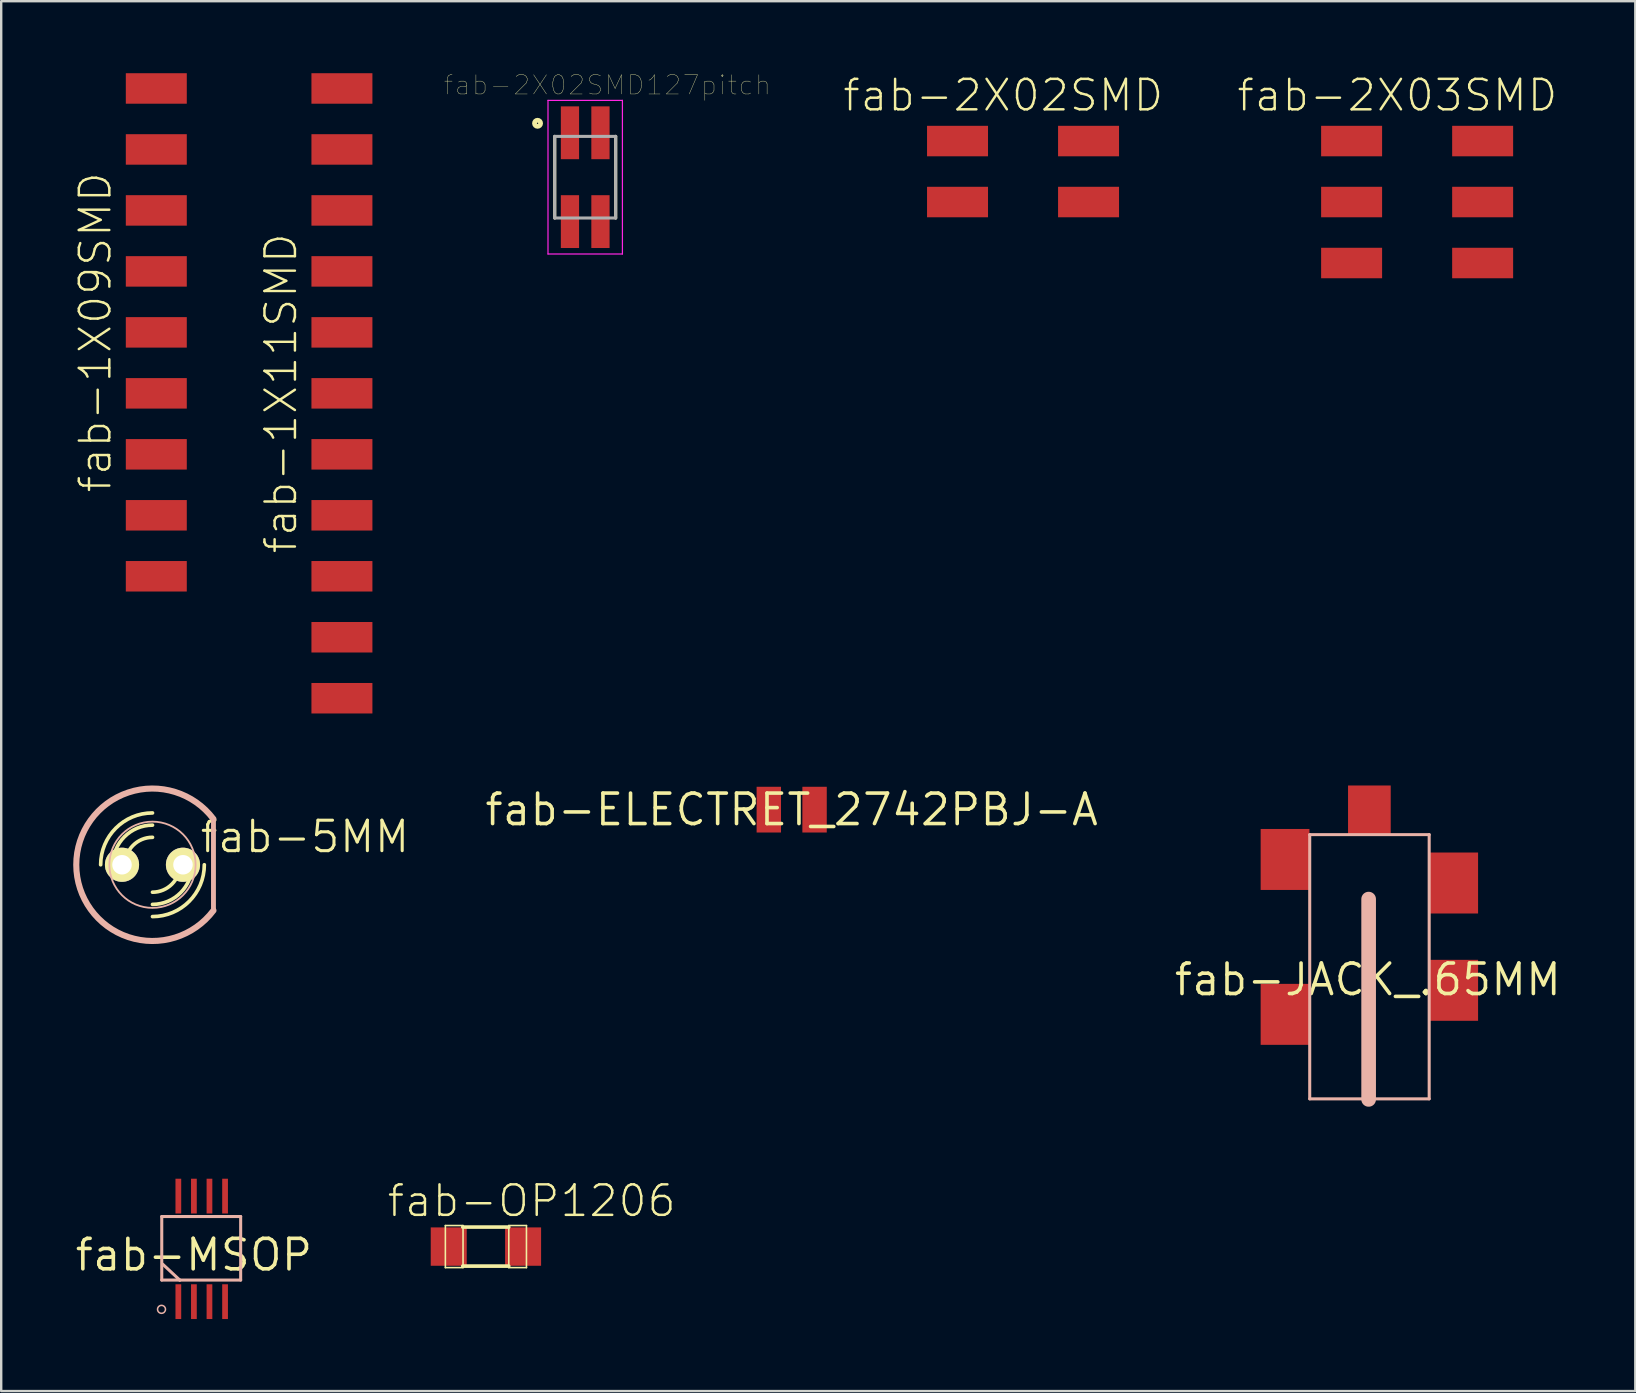
<source format=kicad_pcb>
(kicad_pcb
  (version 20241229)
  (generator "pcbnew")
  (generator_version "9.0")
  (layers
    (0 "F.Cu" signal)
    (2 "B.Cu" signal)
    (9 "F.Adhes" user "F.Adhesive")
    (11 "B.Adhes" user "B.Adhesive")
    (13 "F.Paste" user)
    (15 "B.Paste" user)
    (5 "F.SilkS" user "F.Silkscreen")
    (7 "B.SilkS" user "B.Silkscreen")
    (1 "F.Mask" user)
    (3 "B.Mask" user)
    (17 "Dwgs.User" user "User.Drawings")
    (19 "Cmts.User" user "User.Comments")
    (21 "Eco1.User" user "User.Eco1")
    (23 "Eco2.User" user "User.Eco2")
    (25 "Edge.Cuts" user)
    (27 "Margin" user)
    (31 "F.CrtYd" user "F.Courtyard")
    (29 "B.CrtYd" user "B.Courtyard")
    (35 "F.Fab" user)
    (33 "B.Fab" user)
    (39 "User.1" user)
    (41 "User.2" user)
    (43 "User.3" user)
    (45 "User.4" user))
  (footprint "fab-ELECTRET_2742PBJ-A"
    (layer "F.Cu")
    (at 29.928 30.676)
    (property "Reference" "fab-ELECTRET_2742PBJ-A" (at 0 0 0) (layer "F.SilkS") (effects (font (size 1.27 1.27) (thickness 0.15))))
    (attr smd)
    (pad "P$1" smd rect (at -0.953 0) (size 1.016 1.905) (layers "F.Cu" "F.Mask" "F.Paste"))
    (pad "P$2" smd rect (at 0.953 0) (size 1.016 1.905) (layers "F.Cu" "F.Mask" "F.Paste")))
  (footprint "fab-2X03SMD"
    (layer "F.Cu")
    (at 55.792 5.366)
    (property "Reference" "fab-2X03SMD" (at -0.635 -4.445 0) (layer "F.SilkS") (effects (font (size 1.27 1.27) (thickness 0.102))))
    (attr smd)
    (pad "1" smd rect (at -2.54 -2.54) (size 2.54 1.27) (layers "F.Cu" "F.Mask" "F.Paste"))
    (pad "2" smd rect (at 2.918 -2.54) (size 2.54 1.27) (layers "F.Cu" "F.Mask" "F.Paste"))
    (pad "3" smd rect (at -2.54 0) (size 2.54 1.27) (layers "F.Cu" "F.Mask" "F.Paste"))
    (pad "4" smd rect (at 2.918 0) (size 2.54 1.27) (layers "F.Cu" "F.Mask" "F.Paste"))
    (pad "5" smd rect (at -2.54 2.54) (size 2.54 1.27) (layers "F.Cu" "F.Mask" "F.Paste"))
    (pad "6" smd rect (at 2.918 2.54) (size 2.54 1.27) (layers "F.Cu" "F.Mask" "F.Paste")))
  (footprint "fab-5MM"
    (layer "F.Cu")
    (at 3.302 32.972)
    (property "Reference" "fab-5MM" (at 6.35 -1.168 0) (layer "F.SilkS") (effects (font (size 1.27 1.27) (thickness 0.127))))
    (attr exclude_from_pos_files exclude_from_bom)
    (fp_arc (start -2.159 0) (mid -1.526644 -1.526644) (end 0 -2.159) (stroke (width 0.1524) (type solid)) (layer "F.SilkS"))
    (fp_arc (start -1.651 0) (mid -1.167433 -1.167433) (end 0 -1.651) (stroke (width 0.1524) (type solid)) (layer "F.SilkS"))
    (fp_arc (start -1.143 0) (mid -0.808223 -0.808223) (end 0 -1.143) (stroke (width 0.1524) (type solid)) (layer "F.SilkS"))
    (fp_arc (start 1.143 0) (mid 0.808223 0.808223) (end 0 1.143) (stroke (width 0.1524) (type solid)) (layer "F.SilkS"))
    (fp_arc (start 1.651 0) (mid 1.167433 1.167433) (end 0 1.651) (stroke (width 0.1524) (type solid)) (layer "F.SilkS"))
    (fp_arc (start 2.159 0) (mid 1.526644 1.526644) (end 0 2.159) (stroke (width 0.1524) (type solid)) (layer "F.SilkS"))
    (fp_line (start 2.54 1.905) (end 2.54 -1.905) (stroke (width 0.203) (type solid)) (layer "B.SilkS"))
    (fp_arc (start 2.54 1.905) (mid -3.175 0.001668) (end 2.537997 -1.907668) (stroke (width 0.254) (type solid)) (layer "B.SilkS"))
    (fp_circle (center 0 0) (end -1.27 1.27) (stroke (width 0.076) (type solid)) (fill no) (layer "B.SilkS"))
    (pad "IN" thru_hole circle (at -1.27 0) (size 1.422 1.422) (drill 0.813) (layers "*.Cu" "F.Mask" "F.SilkS" "F.Paste"))
    (pad "OUT" thru_hole circle (at 1.27 0) (size 1.422 1.422) (drill 0.813) (layers "*.Cu" "F.Mask" "F.SilkS" "F.Paste")))
  (footprint "fab-2X02SMD"
    (layer "F.Cu")
    (at 39.376 4.096)
    (property "Reference" "fab-2X02SMD" (at -0.635 -3.175 0) (layer "F.SilkS") (effects (font (size 1.27 1.27) (thickness 0.102))))
    (attr smd)
    (pad "1" smd rect (at -2.54 -1.27) (size 2.54 1.27) (layers "F.Cu" "F.Mask" "F.Paste"))
    (pad "2" smd rect (at 2.918 -1.27) (size 2.54 1.27) (layers "F.Cu" "F.Mask" "F.Paste"))
    (pad "3" smd rect (at -2.54 1.27) (size 2.54 1.27) (layers "F.Cu" "F.Mask" "F.Paste"))
    (pad "4" smd rect (at 2.918 1.27) (size 2.54 1.27) (layers "F.Cu" "F.Mask" "F.Paste")))
  (footprint "fab-JACK_.65MM"
    (layer "F.Cu")
    (at 53.928 37.755)
    (property "Reference" "fab-JACK_.65MM" (at 0 0 0) (layer "F.SilkS") (effects (font (size 1.27 1.27) (thickness 0.15))))
    (attr smd)
    (fp_line (start -2.421 -6.038) (end 2.555 -6.038) (stroke (width 0.127) (type solid)) (layer "B.SilkS"))
    (fp_line (start -2.421 4.968) (end -2.421 -6.038) (stroke (width 0.127) (type solid)) (layer "B.SilkS"))
    (fp_line (start 0.033 4.991) (end 0.033 -3.353) (stroke (width 0.61) (type solid)) (layer "B.SilkS"))
    (fp_line (start 2.555 -6.038) (end 2.555 4.968) (stroke (width 0.127) (type solid)) (layer "B.SilkS"))
    (fp_line (start 2.555 4.968) (end -2.421 4.968) (stroke (width 0.127) (type solid)) (layer "B.SilkS"))
    (pad "CONTACT" smd rect (at 3.576 -4.023) (size 2.032 2.54) (layers "F.Cu" "F.Mask" "F.Paste"))
    (pad "PIN" smd rect (at 0.064 -7.069) (size 1.778 2.032) (layers "F.Cu" "F.Mask" "F.Paste"))
    (pad "SHIELD" smd rect (at -3.449 1.448) (size 2.032 2.54) (layers "F.Cu" "F.Mask" "F.Paste"))
    (pad "SHIELD1" smd rect (at 3.576 0.447) (size 2.032 2.54) (layers "F.Cu" "F.Mask" "F.Paste"))
    (pad "SHUNT" smd rect (at -3.449 -5.004) (size 2.032 2.54) (layers "F.Cu" "F.Mask" "F.Paste")))
  (footprint "fab-2X02SMD127pitch"
    (layer "F.Cu")
    (at 21.327 4.331)
    (property "Reference" "fab-2X02SMD127pitch" (at 0.921 -3.837 0) (layer "F.SilkS") (effects (font (size 0.801 0.801) (thickness 0.015))))
    (attr through_hole)
    (fp_line (start -1.27 1.7) (end -1.27 -1.7) (stroke (width 0.127) (type solid)) (layer "F.SilkS"))
    (fp_line (start 1.27 1.7) (end 1.27 -1.7) (stroke (width 0.127) (type solid)) (layer "F.SilkS"))
    (fp_circle (center -1.985 -2.245) (end -1.858 -2.245) (stroke (width 0.2) (type solid)) (fill no) (layer "F.SilkS"))
    (fp_line (start -1.55 -3.2) (end 1.55 -3.2) (stroke (width 0.05) (type solid)) (layer "F.CrtYd"))
    (fp_line (start -1.55 3.2) (end -1.55 -3.2) (stroke (width 0.05) (type solid)) (layer "F.CrtYd"))
    (fp_line (start 1.55 -3.2) (end 1.55 3.2) (stroke (width 0.05) (type solid)) (layer "F.CrtYd"))
    (fp_line (start 1.55 3.2) (end -1.55 3.2) (stroke (width 0.05) (type solid)) (layer "F.CrtYd"))
    (fp_line (start -1.27 -1.7) (end 1.27 -1.7) (stroke (width 0.127) (type solid)) (layer "F.Fab"))
    (fp_line (start -1.27 1.7) (end -1.27 -1.7) (stroke (width 0.127) (type solid)) (layer "F.Fab"))
    (fp_line (start 1.27 -1.7) (end 1.27 1.7) (stroke (width 0.127) (type solid)) (layer "F.Fab"))
    (fp_line (start 1.27 1.7) (end -1.27 1.7) (stroke (width 0.127) (type solid)) (layer "F.Fab"))
    (pad "1" smd rect (at -0.635 -1.85) (size 0.76 2.2) (layers "F.Cu" "F.Mask" "F.Paste"))
    (pad "2" smd rect (at -0.635 1.85) (size 0.76 2.2) (layers "F.Cu" "F.Mask" "F.Paste"))
    (pad "3" smd rect (at 0.635 -1.85) (size 0.76 2.2) (layers "F.Cu" "F.Mask" "F.Paste"))
    (pad "4" smd rect (at 0.635 1.85) (size 0.76 2.2) (layers "F.Cu" "F.Mask" "F.Paste")))
  (footprint "fab-1X09SMD"
    (layer "F.Cu")
    (at 3.461 10.795)
    (property "Reference" "fab-1X09SMD" (at -2.54 0 90) (layer "F.SilkS") (effects (font (size 1.27 1.27) (thickness 0.102))))
    (attr smd)
    (pad "1" smd rect (at 0 -10.16) (size 2.54 1.27) (layers "F.Cu" "F.Mask" "F.Paste"))
    (pad "2" smd rect (at 0 -7.62) (size 2.54 1.27) (layers "F.Cu" "F.Mask" "F.Paste"))
    (pad "3" smd rect (at 0 -5.08) (size 2.54 1.27) (layers "F.Cu" "F.Mask" "F.Paste"))
    (pad "4" smd rect (at 0 -2.54) (size 2.54 1.27) (layers "F.Cu" "F.Mask" "F.Paste"))
    (pad "5" smd rect (at 0 0) (size 2.54 1.27) (layers "F.Cu" "F.Mask" "F.Paste"))
    (pad "6" smd rect (at 0 2.54) (size 2.54 1.27) (layers "F.Cu" "F.Mask" "F.Paste"))
    (pad "7" smd rect (at 0 5.08) (size 2.54 1.27) (layers "F.Cu" "F.Mask" "F.Paste"))
    (pad "8" smd rect (at 0 7.62) (size 2.54 1.27) (layers "F.Cu" "F.Mask" "F.Paste"))
    (pad "9" smd rect (at 0 10.16) (size 2.54 1.27) (layers "F.Cu" "F.Mask" "F.Paste")))
  (footprint "fab-1X11SMD"
    (layer "F.Cu")
    (at 11.193 13.335)
    (property "Reference" "fab-1X11SMD" (at -2.54 0 90) (layer "F.SilkS") (effects (font (size 1.27 1.27) (thickness 0.102))))
    (attr smd)
    (pad "1" smd rect (at 0 -12.7) (size 2.54 1.27) (layers "F.Cu" "F.Mask" "F.Paste"))
    (pad "2" smd rect (at 0 -10.16) (size 2.54 1.27) (layers "F.Cu" "F.Mask" "F.Paste"))
    (pad "3" smd rect (at 0 -7.62) (size 2.54 1.27) (layers "F.Cu" "F.Mask" "F.Paste"))
    (pad "4" smd rect (at 0 -5.08) (size 2.54 1.27) (layers "F.Cu" "F.Mask" "F.Paste"))
    (pad "5" smd rect (at 0 -2.54) (size 2.54 1.27) (layers "F.Cu" "F.Mask" "F.Paste"))
    (pad "6" smd rect (at 0 0) (size 2.54 1.27) (layers "F.Cu" "F.Mask" "F.Paste"))
    (pad "7" smd rect (at 0 2.54) (size 2.54 1.27) (layers "F.Cu" "F.Mask" "F.Paste"))
    (pad "8" smd rect (at 0 5.08) (size 2.54 1.27) (layers "F.Cu" "F.Mask" "F.Paste"))
    (pad "9" smd rect (at 0 7.62) (size 2.54 1.27) (layers "F.Cu" "F.Mask" "F.Paste"))
    (pad "10" smd rect (at 0 10.16) (size 2.54 1.27) (layers "F.Cu" "F.Mask" "F.Paste"))
    (pad "11" smd rect (at 0 12.7) (size 2.54 1.27) (layers "F.Cu" "F.Mask" "F.Paste")))
  (footprint "fab-MSOP"
    (layer "F.Cu")
    (at 5.027 49.223)
    (property "Reference" "fab-MSOP" (at 0 0 0) (layer "F.SilkS") (effects (font (size 1.27 1.27) (thickness 0.15))))
    (attr smd)
    (fp_line (start -1.339 -1.598) (end -1.339 1.049) (stroke (width 0.127) (type solid)) (layer "B.SilkS"))
    (fp_line (start -1.339 1.049) (end -0.589 1.049) (stroke (width 0.127) (type solid)) (layer "B.SilkS"))
    (fp_line (start -1.298 0.389) (end -0.589 1.049) (stroke (width 0.127) (type solid)) (layer "B.SilkS"))
    (fp_line (start -0.589 1.049) (end 1.948 1.049) (stroke (width 0.127) (type solid)) (layer "B.SilkS"))
    (fp_line (start 1.948 -1.598) (end -1.339 -1.598) (stroke (width 0.127) (type solid)) (layer "B.SilkS"))
    (fp_line (start 1.948 1.049) (end 1.948 -1.598) (stroke (width 0.127) (type solid)) (layer "B.SilkS"))
    (fp_circle (center -1.349 2.268) (end -1.466 2.385) (stroke (width 0.064) (type solid)) (fill no) (layer "B.SilkS"))
    (pad "P$1" smd rect (at -0.648 -2.449) (size 0.239 1.448) (layers "F.Cu" "F.Mask" "F.Paste"))
    (pad "P$2" smd rect (at 0 -2.449) (size 0.239 1.448) (layers "F.Cu" "F.Mask" "F.Paste"))
    (pad "P$3" smd rect (at 0.648 -2.449) (size 0.239 1.448) (layers "F.Cu" "F.Mask" "F.Paste"))
    (pad "P$4" smd rect (at 1.298 -2.449) (size 0.239 1.448) (layers "F.Cu" "F.Mask" "F.Paste"))
    (pad "P$5" smd rect (at -0.648 1.948) (size 0.239 1.448) (layers "F.Cu" "F.Mask" "F.Paste"))
    (pad "P$6" smd rect (at 0 1.948) (size 0.239 1.448) (layers "F.Cu" "F.Mask" "F.Paste"))
    (pad "P$7" smd rect (at 0.648 1.948) (size 0.239 1.448) (layers "F.Cu" "F.Mask" "F.Paste"))
    (pad "P$8" smd rect (at 1.298 1.948) (size 0.239 1.448) (layers "F.Cu" "F.Mask" "F.Paste")))
  (footprint "fab-OP1206"
    (layer "F.Cu")
    (at 17.191 48.877)
    (property "Reference" "fab-OP1206" (at 1.905 -1.905 0) (layer "F.SilkS") (effects (font (size 1.27 1.27) (thickness 0.102))))
    (attr smd)
    (fp_line (start -1.689 -0.876) (end -0.953 -0.876) (stroke (width 0.066) (type solid)) (layer "F.SilkS"))
    (fp_line (start -1.689 0.876) (end -1.689 -0.876) (stroke (width 0.066) (type solid)) (layer "F.SilkS"))
    (fp_line (start -1.689 0.876) (end -0.953 0.876) (stroke (width 0.066) (type solid)) (layer "F.SilkS"))
    (fp_line (start -0.953 0.876) (end -0.953 -0.876) (stroke (width 0.066) (type solid)) (layer "F.SilkS"))
    (fp_line (start 0.953 -0.876) (end 1.689 -0.876) (stroke (width 0.066) (type solid)) (layer "F.SilkS"))
    (fp_line (start 0.953 -0.813) (end -0.965 -0.813) (stroke (width 0.152) (type solid)) (layer "F.SilkS"))
    (fp_line (start 0.953 0.813) (end -0.965 0.813) (stroke (width 0.152) (type solid)) (layer "F.SilkS"))
    (fp_line (start 0.953 0.876) (end 0.953 -0.876) (stroke (width 0.066) (type solid)) (layer "F.SilkS"))
    (fp_line (start 0.953 0.876) (end 1.689 0.876) (stroke (width 0.066) (type solid)) (layer "F.SilkS"))
    (fp_line (start 1.689 0.876) (end 1.689 -0.876) (stroke (width 0.066) (type solid)) (layer "F.SilkS"))
    (pad "COLLECTOR" smd rect (at -1.549 0) (size 1.499 1.598) (layers "F.Cu" "F.Mask" "F.Paste"))
    (pad "EMITTER" smd rect (at 1.549 0) (size 1.499 1.598) (layers "F.Cu" "F.Mask" "F.Paste")))
  (gr_rect
    (start -3 -3)
    (end 65.069 54.895)
    (stroke (width 0.1) (type default))
    (fill no)
    (layer "Edge.Cuts")))
</source>
